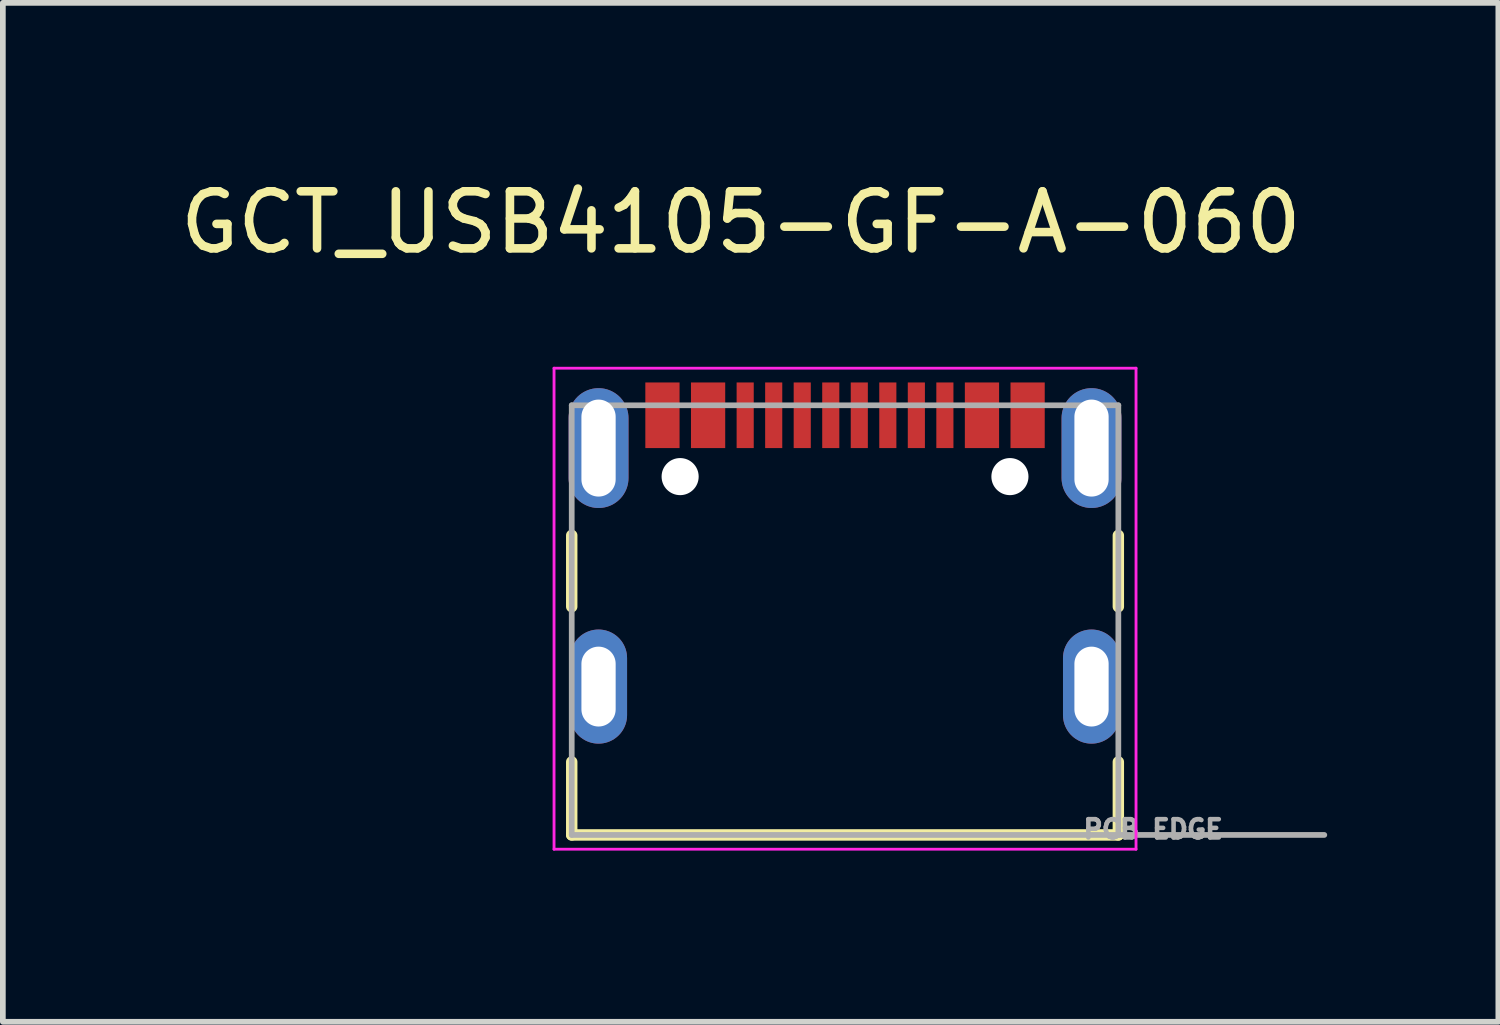
<source format=kicad_pcb>
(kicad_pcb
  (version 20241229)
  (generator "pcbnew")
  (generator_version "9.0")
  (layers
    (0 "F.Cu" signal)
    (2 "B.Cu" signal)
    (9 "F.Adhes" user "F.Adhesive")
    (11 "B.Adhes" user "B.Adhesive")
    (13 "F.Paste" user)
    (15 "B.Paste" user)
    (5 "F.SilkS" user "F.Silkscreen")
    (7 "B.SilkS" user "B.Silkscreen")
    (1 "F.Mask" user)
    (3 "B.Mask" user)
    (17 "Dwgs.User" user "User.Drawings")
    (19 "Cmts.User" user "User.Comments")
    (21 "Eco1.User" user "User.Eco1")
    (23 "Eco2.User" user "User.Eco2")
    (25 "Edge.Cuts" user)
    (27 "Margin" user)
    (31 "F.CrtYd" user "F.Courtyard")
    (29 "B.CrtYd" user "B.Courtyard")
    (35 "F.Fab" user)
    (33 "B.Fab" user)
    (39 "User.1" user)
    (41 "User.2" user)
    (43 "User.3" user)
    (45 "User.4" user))
  (footprint "GCT_USB4105-GF-A-060"
    (layer "F.Cu")
    (at 11.76 8.983)
    (property "Reference" "GCT_USB4105-GF-A-060" (at -1.825 -8.135 0) (layer "F.SilkS") (effects (font (size 1 1) (thickness 0.15))))
    (attr smd)
    (fp_line (start -4.79 -2.65) (end -4.79 -1.4) (stroke (width 0.2) (type solid)) (layer "F.SilkS"))
    (fp_line (start -4.79 1.32) (end -4.79 2.6) (stroke (width 0.2) (type solid)) (layer "F.SilkS"))
    (fp_line (start -4.79 2.6) (end 4.79 2.6) (stroke (width 0.2) (type solid)) (layer "F.SilkS"))
    (fp_line (start 4.79 -2.65) (end 4.79 -1.4) (stroke (width 0.2) (type solid)) (layer "F.SilkS"))
    (fp_line (start 4.79 2.6) (end 4.79 1.32) (stroke (width 0.2) (type solid)) (layer "F.SilkS"))
    (fp_line (start -5.1 -5.58) (end -5.1 2.85) (stroke (width 0.05) (type solid)) (layer "F.CrtYd"))
    (fp_line (start -5.1 2.85) (end 5.1 2.85) (stroke (width 0.05) (type solid)) (layer "F.CrtYd"))
    (fp_line (start 5.1 -5.58) (end -5.1 -5.58) (stroke (width 0.05) (type solid)) (layer "F.CrtYd"))
    (fp_line (start 5.1 2.85) (end 5.1 -5.58) (stroke (width 0.05) (type solid)) (layer "F.CrtYd"))
    (fp_line (start -4.79 -4.93) (end 4.79 -4.93) (stroke (width 0.1) (type solid)) (layer "F.Fab"))
    (fp_line (start -4.79 2.6) (end -4.79 -4.93) (stroke (width 0.1) (type solid)) (layer "F.Fab"))
    (fp_line (start 4.79 -4.93) (end 4.79 2.6) (stroke (width 0.1) (type solid)) (layer "F.Fab"))
    (fp_line (start 4.79 2.6) (end -4.79 2.6) (stroke (width 0.1) (type solid)) (layer "F.Fab"))
    (fp_line (start 4.8 2.6) (end 8.4 2.6) (stroke (width 0.1) (type solid)) (layer "F.Fab"))
    (fp_text user "PCB EDGE" (at 5.4 2.5 0) (layer "F.Fab") (effects (font (size 0.32 0.32) (thickness 0.15))))
    (pad "" np_thru_hole circle (at -2.89 -3.68) (size 0.65 0.65) (drill 0.65) (layers "*.Cu" "*.Mask"))
    (pad "" np_thru_hole circle (at 2.89 -3.68) (size 0.65 0.65) (drill 0.65) (layers "*.Cu" "*.Mask"))
    (pad "A5" smd rect (at -1.25 -4.755) (size 0.3 1.15) (layers "F.Cu" "F.Mask" "F.Paste"))
    (pad "A6" smd rect (at -0.25 -4.755) (size 0.3 1.15) (layers "F.Cu" "F.Mask" "F.Paste"))
    (pad "A7" smd rect (at 0.25 -4.755) (size 0.3 1.15) (layers "F.Cu" "F.Mask" "F.Paste"))
    (pad "A8" smd rect (at 1.25 -4.755) (size 0.3 1.15) (layers "F.Cu" "F.Mask" "F.Paste"))
    (pad "B5" smd rect (at 1.75 -4.755) (size 0.3 1.15) (layers "F.Cu" "F.Mask" "F.Paste"))
    (pad "B6" smd rect (at 0.75 -4.755) (size 0.3 1.15) (layers "F.Cu" "F.Mask" "F.Paste"))
    (pad "B7" smd rect (at -0.75 -4.755) (size 0.3 1.15) (layers "F.Cu" "F.Mask" "F.Paste"))
    (pad "B8" smd rect (at -1.75 -4.755) (size 0.3 1.15) (layers "F.Cu" "F.Mask" "F.Paste"))
    (pad "GND" thru_hole oval (at -4.32 -4.18) (size 1.05 2.1) (drill oval 0.6 1.7) (layers "*.Cu" "*.Mask"))
    (pad "GND" thru_hole oval (at -4.32 0) (size 1 2) (drill oval 0.6 1.4) (layers "*.Cu" "*.Mask"))
    (pad "GND" smd rect (at -3.2 -4.755) (size 0.6 1.15) (layers "F.Cu" "F.Mask" "F.Paste"))
    (pad "GND" smd rect (at 3.2 -4.755) (size 0.6 1.15) (layers "F.Cu" "F.Mask" "F.Paste"))
    (pad "GND" thru_hole oval (at 4.32 -4.18) (size 1.05 2.1) (drill oval 0.6 1.7) (layers "*.Cu" "*.Mask"))
    (pad "GND" thru_hole oval (at 4.32 0) (size 1 2) (drill oval 0.6 1.4) (layers "*.Cu" "*.Mask"))
    (pad "VBUS" smd rect (at -2.4 -4.755) (size 0.6 1.15) (layers "F.Cu" "F.Mask" "F.Paste"))
    (pad "VBUS" smd rect (at 2.4 -4.755) (size 0.6 1.15) (layers "F.Cu" "F.Mask" "F.Paste")))
  (gr_rect
    (start -3 -3)
    (end 23.21 14.858)
    (stroke (width 0.1) (type default))
    (fill no)
    (layer "Edge.Cuts")))
</source>
